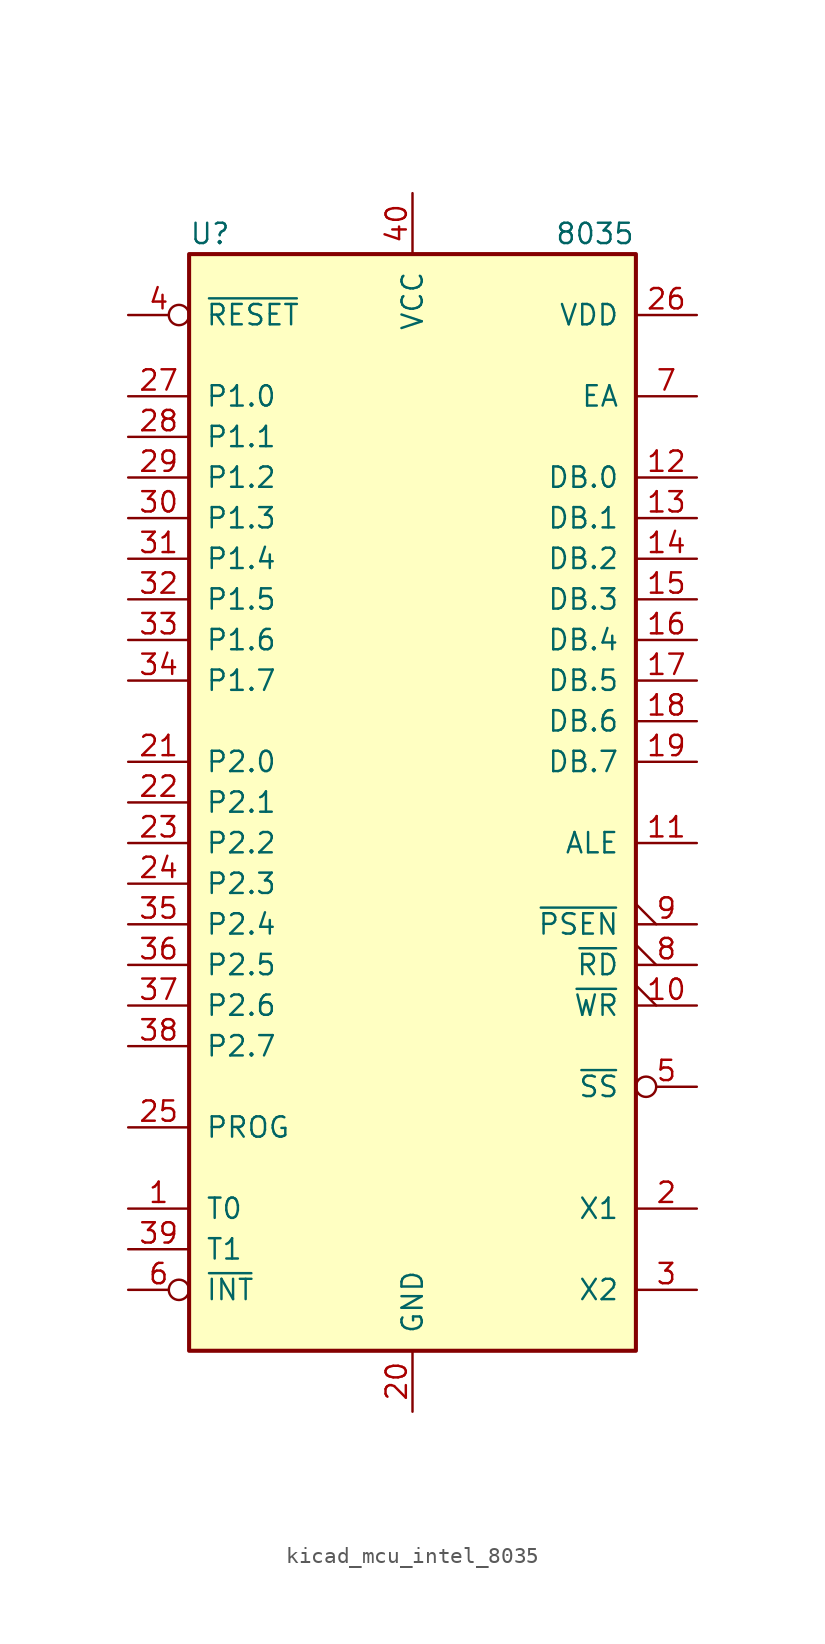
<source format=kicad_sym>
(kicad_symbol_lib
  (version 20220914)
  (generator kicad_symbol_editor)
  (symbol "kicad_mcu_intel_8035"
    (pin_names
      (offset 1.016))
    (property "Reference" "U"
      (at -13.97 35.56 0)
      (effects (font (size 1.27 1.27)) (justify left)))
    (property "Value" "8035"
      (at 8.89 35.56 0)
      (effects (font (size 1.27 1.27)) (justify left)))
    (symbol "kicad_mcu_intel_8035_1_1"
      (rectangle (start -13.97 -34.29) (end 13.97 34.29) (stroke (width 0.254) (type default)) (fill (type background)))
      (pin input line (at -17.78 -25.4 0) (length 3.81) (name "T0" (effects (font (size 1.27 1.27)))) (number "1" (effects (font (size 1.27 1.27)))))
      (pin output output_low (at 17.78 -12.7 180) (length 3.81) (name "~{WR}" (effects (font (size 1.27 1.27)))) (number "10" (effects (font (size 1.27 1.27)))))
      (pin output line (at 17.78 -2.54 180) (length 3.81) (name "ALE" (effects (font (size 1.27 1.27)))) (number "11" (effects (font (size 1.27 1.27)))))
      (pin bidirectional line (at 17.78 20.32 180) (length 3.81) (name "DB.0" (effects (font (size 1.27 1.27)))) (number "12" (effects (font (size 1.27 1.27)))))
      (pin bidirectional line (at 17.78 17.78 180) (length 3.81) (name "DB.1" (effects (font (size 1.27 1.27)))) (number "13" (effects (font (size 1.27 1.27)))))
      (pin bidirectional line (at 17.78 15.24 180) (length 3.81) (name "DB.2" (effects (font (size 1.27 1.27)))) (number "14" (effects (font (size 1.27 1.27)))))
      (pin bidirectional line (at 17.78 12.7 180) (length 3.81) (name "DB.3" (effects (font (size 1.27 1.27)))) (number "15" (effects (font (size 1.27 1.27)))))
      (pin bidirectional line (at 17.78 10.16 180) (length 3.81) (name "DB.4" (effects (font (size 1.27 1.27)))) (number "16" (effects (font (size 1.27 1.27)))))
      (pin bidirectional line (at 17.78 7.62 180) (length 3.81) (name "DB.5" (effects (font (size 1.27 1.27)))) (number "17" (effects (font (size 1.27 1.27)))))
      (pin bidirectional line (at 17.78 5.08 180) (length 3.81) (name "DB.6" (effects (font (size 1.27 1.27)))) (number "18" (effects (font (size 1.27 1.27)))))
      (pin bidirectional line (at 17.78 2.54 180) (length 3.81) (name "DB.7" (effects (font (size 1.27 1.27)))) (number "19" (effects (font (size 1.27 1.27)))))
      (pin input line (at 17.78 -25.4 180) (length 3.81) (name "X1" (effects (font (size 1.27 1.27)))) (number "2" (effects (font (size 1.27 1.27)))))
      (pin power_in line (at 0 -38.1 90) (length 3.81) (name "GND" (effects (font (size 1.27 1.27)))) (number "20" (effects (font (size 1.27 1.27)))))
      (pin bidirectional line (at -17.78 2.54 0) (length 3.81) (name "P2.0" (effects (font (size 1.27 1.27)))) (number "21" (effects (font (size 1.27 1.27)))))
      (pin bidirectional line (at -17.78 0 0) (length 3.81) (name "P2.1" (effects (font (size 1.27 1.27)))) (number "22" (effects (font (size 1.27 1.27)))))
      (pin bidirectional line (at -17.78 -2.54 0) (length 3.81) (name "P2.2" (effects (font (size 1.27 1.27)))) (number "23" (effects (font (size 1.27 1.27)))))
      (pin bidirectional line (at -17.78 -5.08 0) (length 3.81) (name "P2.3" (effects (font (size 1.27 1.27)))) (number "24" (effects (font (size 1.27 1.27)))))
      (pin output line (at -17.78 -20.32 0) (length 3.81) (name "PROG" (effects (font (size 1.27 1.27)))) (number "25" (effects (font (size 1.27 1.27)))))
      (pin power_in line (at 17.78 30.48 180) (length 3.81) (name "VDD" (effects (font (size 1.27 1.27)))) (number "26" (effects (font (size 1.27 1.27)))))
      (pin bidirectional line (at -17.78 25.4 0) (length 3.81) (name "P1.0" (effects (font (size 1.27 1.27)))) (number "27" (effects (font (size 1.27 1.27)))))
      (pin bidirectional line (at -17.78 22.86 0) (length 3.81) (name "P1.1" (effects (font (size 1.27 1.27)))) (number "28" (effects (font (size 1.27 1.27)))))
      (pin bidirectional line (at -17.78 20.32 0) (length 3.81) (name "P1.2" (effects (font (size 1.27 1.27)))) (number "29" (effects (font (size 1.27 1.27)))))
      (pin output line (at 17.78 -30.48 180) (length 3.81) (name "X2" (effects (font (size 1.27 1.27)))) (number "3" (effects (font (size 1.27 1.27)))))
      (pin bidirectional line (at -17.78 17.78 0) (length 3.81) (name "P1.3" (effects (font (size 1.27 1.27)))) (number "30" (effects (font (size 1.27 1.27)))))
      (pin bidirectional line (at -17.78 15.24 0) (length 3.81) (name "P1.4" (effects (font (size 1.27 1.27)))) (number "31" (effects (font (size 1.27 1.27)))))
      (pin bidirectional line (at -17.78 12.7 0) (length 3.81) (name "P1.5" (effects (font (size 1.27 1.27)))) (number "32" (effects (font (size 1.27 1.27)))))
      (pin bidirectional line (at -17.78 10.16 0) (length 3.81) (name "P1.6" (effects (font (size 1.27 1.27)))) (number "33" (effects (font (size 1.27 1.27)))))
      (pin bidirectional line (at -17.78 7.62 0) (length 3.81) (name "P1.7" (effects (font (size 1.27 1.27)))) (number "34" (effects (font (size 1.27 1.27)))))
      (pin bidirectional line (at -17.78 -7.62 0) (length 3.81) (name "P2.4" (effects (font (size 1.27 1.27)))) (number "35" (effects (font (size 1.27 1.27)))))
      (pin bidirectional line (at -17.78 -10.16 0) (length 3.81) (name "P2.5" (effects (font (size 1.27 1.27)))) (number "36" (effects (font (size 1.27 1.27)))))
      (pin bidirectional line (at -17.78 -12.7 0) (length 3.81) (name "P2.6" (effects (font (size 1.27 1.27)))) (number "37" (effects (font (size 1.27 1.27)))))
      (pin bidirectional line (at -17.78 -15.24 0) (length 3.81) (name "P2.7" (effects (font (size 1.27 1.27)))) (number "38" (effects (font (size 1.27 1.27)))))
      (pin input line (at -17.78 -27.94 0) (length 3.81) (name "T1" (effects (font (size 1.27 1.27)))) (number "39" (effects (font (size 1.27 1.27)))))
      (pin input inverted (at -17.78 30.48 0) (length 3.81) (name "~{RESET}" (effects (font (size 1.27 1.27)))) (number "4" (effects (font (size 1.27 1.27)))))
      (pin power_in line (at 0 38.1 270) (length 3.81) (name "VCC" (effects (font (size 1.27 1.27)))) (number "40" (effects (font (size 1.27 1.27)))))
      (pin input inverted (at 17.78 -17.78 180) (length 3.81) (name "~{SS}" (effects (font (size 1.27 1.27)))) (number "5" (effects (font (size 1.27 1.27)))))
      (pin input inverted (at -17.78 -30.48 0) (length 3.81) (name "~{INT}" (effects (font (size 1.27 1.27)))) (number "6" (effects (font (size 1.27 1.27)))))
      (pin input line (at 17.78 25.4 180) (length 3.81) (name "EA" (effects (font (size 1.27 1.27)))) (number "7" (effects (font (size 1.27 1.27)))))
      (pin output output_low (at 17.78 -10.16 180) (length 3.81) (name "~{RD}" (effects (font (size 1.27 1.27)))) (number "8" (effects (font (size 1.27 1.27)))))
      (pin output output_low (at 17.78 -7.62 180) (length 3.81) (name "~{PSEN}" (effects (font (size 1.27 1.27)))) (number "9" (effects (font (size 1.27 1.27))))))))
</source>
